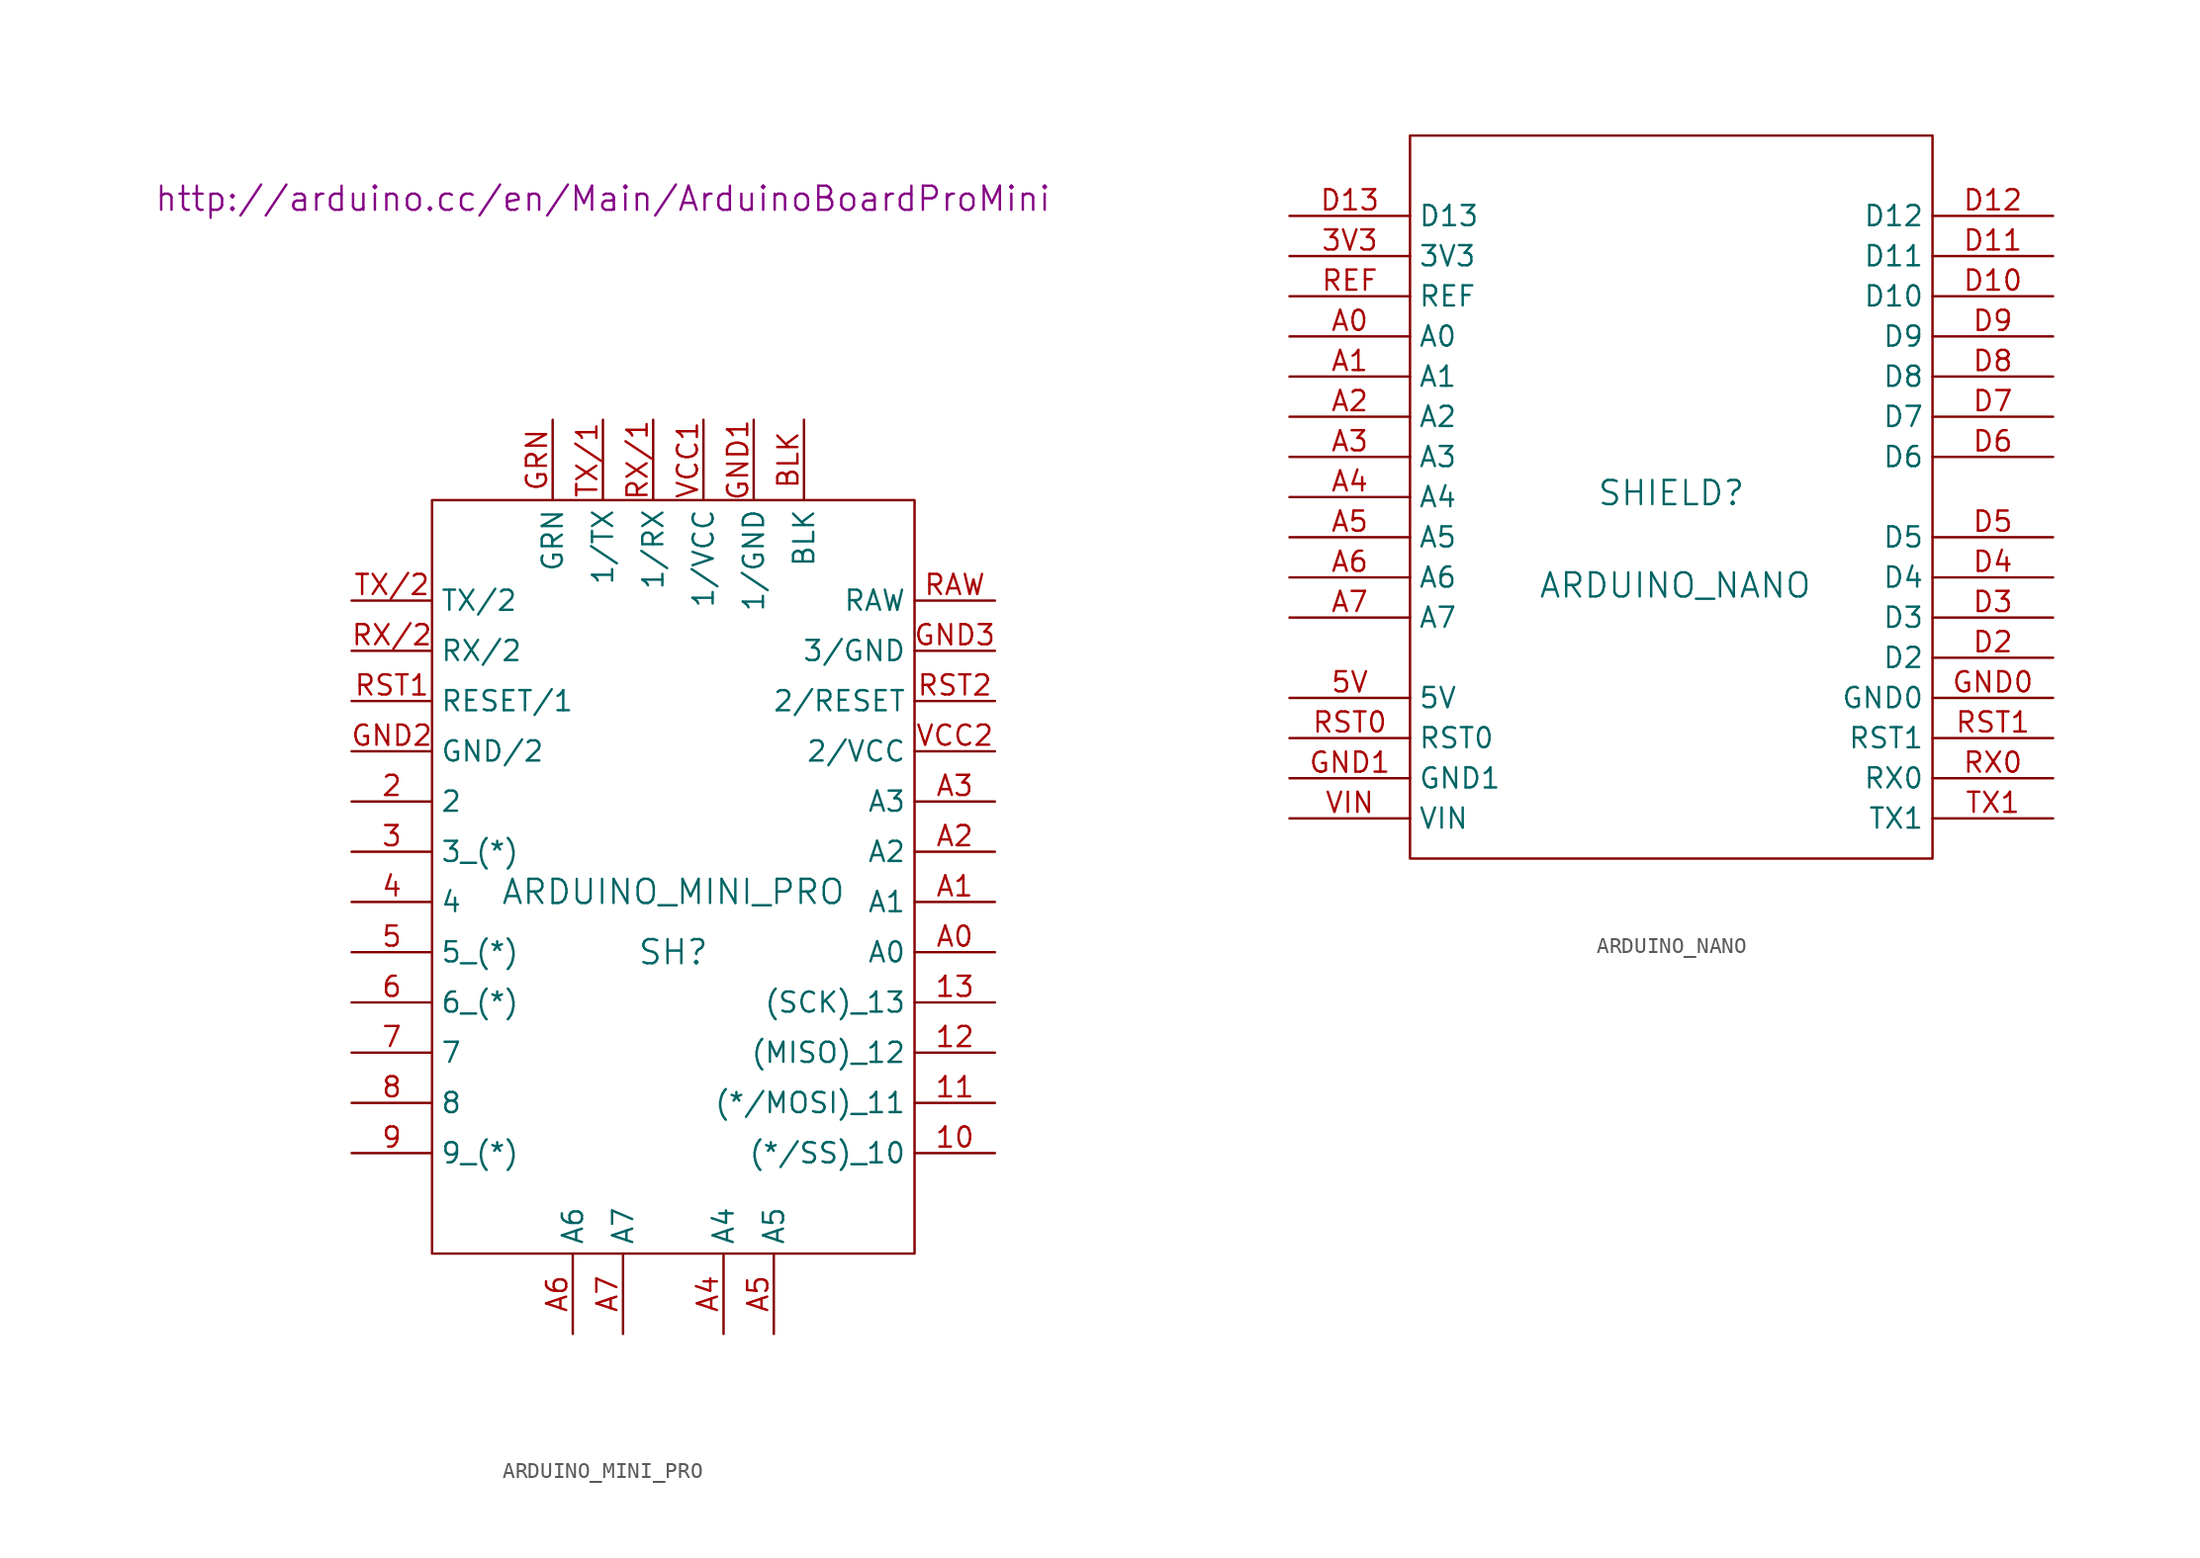
<source format=kicad_sym>
(kicad_symbol_lib
  (version 20201005)
  (generator kicad_symbol_editor)
  (symbol "Zimprich_neu:ARDUINO_MINI_PRO"
    (property "Reference" "SH"
      (at 0 -3.81 0)
      (effects (font (size 1.524 1.524))))
    (property "Value" "ARDUINO_MINI_PRO"
      (at 0 0 0)
      (effects (font (size 1.524 1.524))))
    (property "Footprint" ""
      (at -4.445 43.815 0)
      (effects (font (size 1.524 1.524))))
    (property "Datasheet" "http://arduino.cc/en/Main/ArduinoBoardProMini"
      (at -4.445 43.815 0)
      (effects (font (size 1.524 1.524))))
    (symbol "ARDUINO_MINI_PRO_0_1"
      (rectangle (start 15.24 24.765) (end -15.24 -22.86) (stroke (width 0)) (fill (type none))))
    (symbol "ARDUINO_MINI_PRO_1_1"
      (pin input line (at 20.32 -16.51 180) (length 5.08) (name "(*/SS)_10" (effects (font (size 1.27 1.27)))) (number "10" (effects (font (size 1.27 1.27)))))
      (pin input line (at 20.32 -13.335 180) (length 5.08) (name "(*/MOSI)_11" (effects (font (size 1.27 1.27)))) (number "11" (effects (font (size 1.27 1.27)))))
      (pin input line (at 20.32 -10.16 180) (length 5.08) (name "(MISO)_12" (effects (font (size 1.27 1.27)))) (number "12" (effects (font (size 1.27 1.27)))))
      (pin input line (at 20.32 -6.985 180) (length 5.08) (name "(SCK)_13" (effects (font (size 1.27 1.27)))) (number "13" (effects (font (size 1.27 1.27)))))
      (pin input line (at -20.32 5.715 0) (length 5.08) (name "2" (effects (font (size 1.27 1.27)))) (number "2" (effects (font (size 1.27 1.27)))))
      (pin input line (at -20.32 2.54 0) (length 5.08) (name "3_(*)" (effects (font (size 1.27 1.27)))) (number "3" (effects (font (size 1.27 1.27)))))
      (pin input line (at -20.32 -0.635 0) (length 5.08) (name "4" (effects (font (size 1.27 1.27)))) (number "4" (effects (font (size 1.27 1.27)))))
      (pin input line (at -20.32 -3.81 0) (length 5.08) (name "5_(*)" (effects (font (size 1.27 1.27)))) (number "5" (effects (font (size 1.27 1.27)))))
      (pin input line (at -20.32 -6.985 0) (length 5.08) (name "6_(*)" (effects (font (size 1.27 1.27)))) (number "6" (effects (font (size 1.27 1.27)))))
      (pin input line (at -20.32 -10.16 0) (length 5.08) (name "7" (effects (font (size 1.27 1.27)))) (number "7" (effects (font (size 1.27 1.27)))))
      (pin input line (at -20.32 -13.335 0) (length 5.08) (name "8" (effects (font (size 1.27 1.27)))) (number "8" (effects (font (size 1.27 1.27)))))
      (pin input line (at -20.32 -16.51 0) (length 5.08) (name "9_(*)" (effects (font (size 1.27 1.27)))) (number "9" (effects (font (size 1.27 1.27)))))
      (pin input line (at 20.32 -3.81 180) (length 5.08) (name "A0" (effects (font (size 1.27 1.27)))) (number "A0" (effects (font (size 1.27 1.27)))))
      (pin input line (at 20.32 -0.635 180) (length 5.08) (name "A1" (effects (font (size 1.27 1.27)))) (number "A1" (effects (font (size 1.27 1.27)))))
      (pin input line (at 20.32 2.54 180) (length 5.08) (name "A2" (effects (font (size 1.27 1.27)))) (number "A2" (effects (font (size 1.27 1.27)))))
      (pin input line (at 20.32 5.715 180) (length 5.08) (name "A3" (effects (font (size 1.27 1.27)))) (number "A3" (effects (font (size 1.27 1.27)))))
      (pin input line (at 3.175 -27.94 90) (length 5.08) (name "A4" (effects (font (size 1.27 1.27)))) (number "A4" (effects (font (size 1.27 1.27)))))
      (pin input line (at 6.35 -27.94 90) (length 5.08) (name "A5" (effects (font (size 1.27 1.27)))) (number "A5" (effects (font (size 1.27 1.27)))))
      (pin input line (at -6.35 -27.94 90) (length 5.08) (name "A6" (effects (font (size 1.27 1.27)))) (number "A6" (effects (font (size 1.27 1.27)))))
      (pin input line (at -3.175 -27.94 90) (length 5.08) (name "A7" (effects (font (size 1.27 1.27)))) (number "A7" (effects (font (size 1.27 1.27)))))
      (pin input line (at 8.255 29.845 270) (length 5.08) (name "BLK" (effects (font (size 1.27 1.27)))) (number "BLK" (effects (font (size 1.27 1.27)))))
      (pin input line (at 5.08 29.845 270) (length 5.08) (name "1/GND" (effects (font (size 1.27 1.27)))) (number "GND1" (effects (font (size 1.27 1.27)))))
      (pin input line (at -20.32 8.89 0) (length 5.08) (name "GND/2" (effects (font (size 1.27 1.27)))) (number "GND2" (effects (font (size 1.27 1.27)))))
      (pin input line (at 20.32 15.24 180) (length 5.08) (name "3/GND" (effects (font (size 1.27 1.27)))) (number "GND3" (effects (font (size 1.27 1.27)))))
      (pin input line (at -7.62 29.845 270) (length 5.08) (name "GRN" (effects (font (size 1.27 1.27)))) (number "GRN" (effects (font (size 1.27 1.27)))))
      (pin input line (at 20.32 18.415 180) (length 5.08) (name "RAW" (effects (font (size 1.27 1.27)))) (number "RAW" (effects (font (size 1.27 1.27)))))
      (pin input line (at -20.32 12.065 0) (length 5.08) (name "RESET/1" (effects (font (size 1.27 1.27)))) (number "RST1" (effects (font (size 1.27 1.27)))))
      (pin input line (at 20.32 12.065 180) (length 5.08) (name "2/RESET" (effects (font (size 1.27 1.27)))) (number "RST2" (effects (font (size 1.27 1.27)))))
      (pin input line (at -1.27 29.845 270) (length 5.08) (name "1/RX" (effects (font (size 1.27 1.27)))) (number "RX/1" (effects (font (size 1.27 1.27)))))
      (pin input line (at -20.32 15.24 0) (length 5.08) (name "RX/2" (effects (font (size 1.27 1.27)))) (number "RX/2" (effects (font (size 1.27 1.27)))))
      (pin input line (at -4.445 29.845 270) (length 5.08) (name "1/TX" (effects (font (size 1.27 1.27)))) (number "TX/1" (effects (font (size 1.27 1.27)))))
      (pin input line (at -20.32 18.415 0) (length 5.08) (name "TX/2" (effects (font (size 1.27 1.27)))) (number "TX/2" (effects (font (size 1.27 1.27)))))
      (pin input line (at 1.905 29.845 270) (length 5.08) (name "1/VCC" (effects (font (size 1.27 1.27)))) (number "VCC1" (effects (font (size 1.27 1.27)))))
      (pin input line (at 20.32 8.89 180) (length 5.08) (name "2/VCC" (effects (font (size 1.27 1.27)))) (number "VCC2" (effects (font (size 1.27 1.27)))))))
  (symbol "Zimprich_neu:ARDUINO_NANO"
    (property "Reference" "SHIELD"
      (at 0 0.254 0)
      (effects (font (size 1.524 1.524))))
    (property "Value" "ARDUINO_NANO"
      (at 0.254 -5.588 0)
      (effects (font (size 1.524 1.524))))
    (property "Footprint" ""
      (at 0 0 0)
      (effects (font (size 1.524 1.524))))
    (property "Datasheet" ""
      (at 0 0 0)
      (effects (font (size 1.524 1.524))))
    (symbol "ARDUINO_NANO_0_1"
      (rectangle (start -16.51 -22.86) (end 16.51 22.86) (stroke (width 0)) (fill (type none))))
    (symbol "ARDUINO_NANO_1_1"
      (pin power_out line (at -24.13 15.24 0) (length 7.62) (name "3V3" (effects (font (size 1.27 1.27)))) (number "3V3" (effects (font (size 1.27 1.27)))))
      (pin power_out line (at -24.13 -12.7 0) (length 7.62) (name "5V" (effects (font (size 1.27 1.27)))) (number "5V" (effects (font (size 1.27 1.27)))))
      (pin bidirectional line (at -24.13 10.16 0) (length 7.62) (name "A0" (effects (font (size 1.27 1.27)))) (number "A0" (effects (font (size 1.27 1.27)))))
      (pin bidirectional line (at -24.13 7.62 0) (length 7.62) (name "A1" (effects (font (size 1.27 1.27)))) (number "A1" (effects (font (size 1.27 1.27)))))
      (pin bidirectional line (at -24.13 5.08 0) (length 7.62) (name "A2" (effects (font (size 1.27 1.27)))) (number "A2" (effects (font (size 1.27 1.27)))))
      (pin bidirectional line (at -24.13 2.54 0) (length 7.62) (name "A3" (effects (font (size 1.27 1.27)))) (number "A3" (effects (font (size 1.27 1.27)))))
      (pin bidirectional line (at -24.13 0 0) (length 7.62) (name "A4" (effects (font (size 1.27 1.27)))) (number "A4" (effects (font (size 1.27 1.27)))))
      (pin bidirectional line (at -24.13 -2.54 0) (length 7.62) (name "A5" (effects (font (size 1.27 1.27)))) (number "A5" (effects (font (size 1.27 1.27)))))
      (pin bidirectional line (at -24.13 -5.08 0) (length 7.62) (name "A6" (effects (font (size 1.27 1.27)))) (number "A6" (effects (font (size 1.27 1.27)))))
      (pin bidirectional line (at -24.13 -7.62 0) (length 7.62) (name "A7" (effects (font (size 1.27 1.27)))) (number "A7" (effects (font (size 1.27 1.27)))))
      (pin bidirectional line (at 24.13 12.7 180) (length 7.62) (name "D10" (effects (font (size 1.27 1.27)))) (number "D10" (effects (font (size 1.27 1.27)))))
      (pin bidirectional line (at 24.13 15.24 180) (length 7.62) (name "D11" (effects (font (size 1.27 1.27)))) (number "D11" (effects (font (size 1.27 1.27)))))
      (pin bidirectional line (at 24.13 17.78 180) (length 7.62) (name "D12" (effects (font (size 1.27 1.27)))) (number "D12" (effects (font (size 1.27 1.27)))))
      (pin bidirectional line (at -24.13 17.78 0) (length 7.62) (name "D13" (effects (font (size 1.27 1.27)))) (number "D13" (effects (font (size 1.27 1.27)))))
      (pin bidirectional line (at 24.13 -10.16 180) (length 7.62) (name "D2" (effects (font (size 1.27 1.27)))) (number "D2" (effects (font (size 1.27 1.27)))))
      (pin bidirectional line (at 24.13 -7.62 180) (length 7.62) (name "D3" (effects (font (size 1.27 1.27)))) (number "D3" (effects (font (size 1.27 1.27)))))
      (pin bidirectional line (at 24.13 -5.08 180) (length 7.62) (name "D4" (effects (font (size 1.27 1.27)))) (number "D4" (effects (font (size 1.27 1.27)))))
      (pin bidirectional line (at 24.13 -2.54 180) (length 7.62) (name "D5" (effects (font (size 1.27 1.27)))) (number "D5" (effects (font (size 1.27 1.27)))))
      (pin bidirectional line (at 24.13 2.54 180) (length 7.62) (name "D6" (effects (font (size 1.27 1.27)))) (number "D6" (effects (font (size 1.27 1.27)))))
      (pin bidirectional line (at 24.13 5.08 180) (length 7.62) (name "D7" (effects (font (size 1.27 1.27)))) (number "D7" (effects (font (size 1.27 1.27)))))
      (pin bidirectional line (at 24.13 7.62 180) (length 7.62) (name "D8" (effects (font (size 1.27 1.27)))) (number "D8" (effects (font (size 1.27 1.27)))))
      (pin bidirectional line (at 24.13 10.16 180) (length 7.62) (name "D9" (effects (font (size 1.27 1.27)))) (number "D9" (effects (font (size 1.27 1.27)))))
      (pin bidirectional line (at 24.13 -12.7 180) (length 7.62) (name "GND0" (effects (font (size 1.27 1.27)))) (number "GND0" (effects (font (size 1.27 1.27)))))
      (pin bidirectional line (at -24.13 -17.78 0) (length 7.62) (name "GND1" (effects (font (size 1.27 1.27)))) (number "GND1" (effects (font (size 1.27 1.27)))))
      (pin input line (at -24.13 12.7 0) (length 7.62) (name "REF" (effects (font (size 1.27 1.27)))) (number "REF" (effects (font (size 1.27 1.27)))))
      (pin bidirectional line (at -24.13 -15.24 0) (length 7.62) (name "RST0" (effects (font (size 1.27 1.27)))) (number "RST0" (effects (font (size 1.27 1.27)))))
      (pin bidirectional line (at 24.13 -15.24 180) (length 7.62) (name "RST1" (effects (font (size 1.27 1.27)))) (number "RST1" (effects (font (size 1.27 1.27)))))
      (pin bidirectional line (at 24.13 -17.78 180) (length 7.62) (name "RX0" (effects (font (size 1.27 1.27)))) (number "RX0" (effects (font (size 1.27 1.27)))))
      (pin bidirectional line (at 24.13 -20.32 180) (length 7.62) (name "TX1" (effects (font (size 1.27 1.27)))) (number "TX1" (effects (font (size 1.27 1.27)))))
      (pin bidirectional line (at -24.13 -20.32 0) (length 7.62) (name "VIN" (effects (font (size 1.27 1.27)))) (number "VIN" (effects (font (size 1.27 1.27))))))))
</source>
